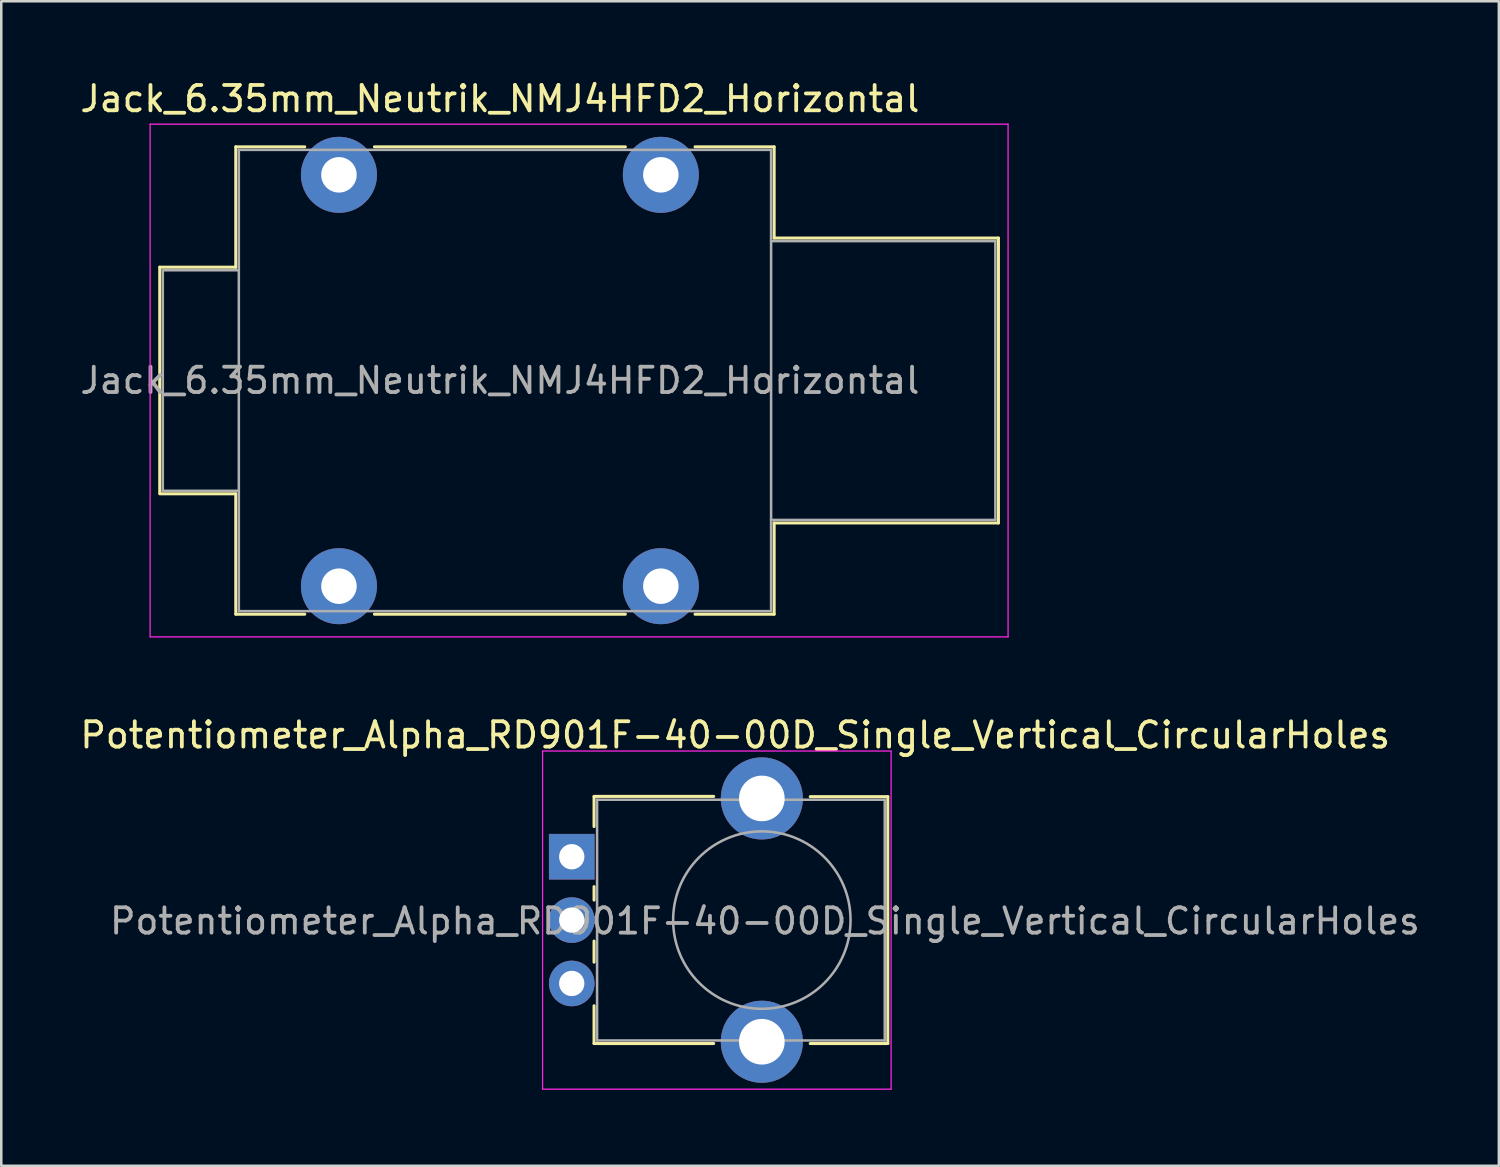
<source format=kicad_pcb>
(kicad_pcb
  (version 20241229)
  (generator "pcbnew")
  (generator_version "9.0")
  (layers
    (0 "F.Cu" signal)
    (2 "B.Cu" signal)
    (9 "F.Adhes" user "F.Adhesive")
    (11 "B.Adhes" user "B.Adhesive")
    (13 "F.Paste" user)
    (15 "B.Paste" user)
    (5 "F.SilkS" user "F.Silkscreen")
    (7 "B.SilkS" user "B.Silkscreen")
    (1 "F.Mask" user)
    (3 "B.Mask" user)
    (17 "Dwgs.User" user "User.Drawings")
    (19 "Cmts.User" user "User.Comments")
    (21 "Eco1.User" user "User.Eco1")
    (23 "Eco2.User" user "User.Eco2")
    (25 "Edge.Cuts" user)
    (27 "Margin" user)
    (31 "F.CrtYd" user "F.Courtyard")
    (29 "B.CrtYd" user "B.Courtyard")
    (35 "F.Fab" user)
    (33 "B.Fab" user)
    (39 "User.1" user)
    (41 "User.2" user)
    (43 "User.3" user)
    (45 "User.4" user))
  (footprint "Potentiometer_Alpha_RD901F-40-00D_Single_Vertical_CircularHoles"
    (layer "F.Cu")
    (at 19.508 30.752)
    (property "Reference" "Potentiometer_Alpha_RD901F-40-00D_Single_Vertical_CircularHoles" (at 6.45 -4.8 180) (layer "F.SilkS") (effects (font (size 1 1) (thickness 0.15))))
    (attr through_hole)
    (fp_line (start 0.88 -2.38) (end 5.6 -2.38) (stroke (width 0.12) (type solid)) (layer "F.SilkS"))
    (fp_line (start 0.88 -1.19) (end 0.88 -2.37) (stroke (width 0.12) (type solid)) (layer "F.SilkS"))
    (fp_line (start 0.88 1.71) (end 0.88 1.18) (stroke (width 0.12) (type solid)) (layer "F.SilkS"))
    (fp_line (start 0.88 4.16) (end 0.88 3.33) (stroke (width 0.12) (type solid)) (layer "F.SilkS"))
    (fp_line (start 0.88 7.37) (end 0.88 5.88) (stroke (width 0.12) (type solid)) (layer "F.SilkS"))
    (fp_line (start 0.88 7.37) (end 5.6 7.37) (stroke (width 0.12) (type solid)) (layer "F.SilkS"))
    (fp_line (start 9.41 -2.37) (end 12.47 -2.37) (stroke (width 0.12) (type solid)) (layer "F.SilkS"))
    (fp_line (start 9.41 7.37) (end 12.47 7.37) (stroke (width 0.12) (type solid)) (layer "F.SilkS"))
    (fp_line (start 12.47 7.37) (end 12.47 -2.37) (stroke (width 0.12) (type solid)) (layer "F.SilkS"))
    (fp_line (start -1.15 -4.17) (end -1.15 9.17) (stroke (width 0.05) (type solid)) (layer "F.CrtYd"))
    (fp_line (start -1.15 9.17) (end 12.6 9.17) (stroke (width 0.05) (type solid)) (layer "F.CrtYd"))
    (fp_line (start 12.6 -4.17) (end -1.15 -4.17) (stroke (width 0.05) (type solid)) (layer "F.CrtYd"))
    (fp_line (start 12.6 9.17) (end 12.6 -4.17) (stroke (width 0.05) (type solid)) (layer "F.CrtYd"))
    (fp_line (start 1 -2.25) (end 12.35 -2.25) (stroke (width 0.1) (type solid)) (layer "F.Fab"))
    (fp_line (start 1 7.25) (end 1 -2.25) (stroke (width 0.1) (type solid)) (layer "F.Fab"))
    (fp_line (start 1 7.25) (end 12.35 7.25) (stroke (width 0.1) (type solid)) (layer "F.Fab"))
    (fp_line (start 12.35 7.25) (end 12.35 -2.25) (stroke (width 0.1) (type solid)) (layer "F.Fab"))
    (fp_circle (center 7.5 2.5) (end 7.5 -1) (stroke (width 0.1) (type solid)) (fill no) (layer "F.Fab"))
    (fp_text user "${REFERENCE}" (at 7.62 2.54 180) (layer "F.Fab") (effects (font (size 1 1) (thickness 0.15))))
    (pad "" thru_hole circle (at 7.5 -2.3 90) (size 3.24 3.24) (drill 1.8) (layers "*.Cu" "*.Mask"))
    (pad "" thru_hole circle (at 7.5 7.3 90) (size 3.24 3.24) (drill 1.8) (layers "*.Cu" "*.Mask"))
    (pad "1" thru_hole rect (at 0 0 90) (size 1.8 1.8) (drill 1) (layers "*.Cu" "*.Mask"))
    (pad "2" thru_hole circle (at 0 2.5 90) (size 1.8 1.8) (drill 1) (layers "*.Cu" "*.Mask"))
    (pad "3" thru_hole circle (at 0 5 90) (size 1.8 1.8) (drill 1) (layers "*.Cu" "*.Mask")))
  (footprint "Jack_6.35mm_Neutrik_NMJ4HFD2_Horizontal"
    (layer "F.Cu")
    (at 10.323 3.848)
    (property "Reference" "Jack_6.35mm_Neutrik_NMJ4HFD2_Horizontal" (at 6.35 -3 0) (layer "F.SilkS") (effects (font (size 1 1) (thickness 0.15))))
    (attr through_hole)
    (fp_line (start -7.07 3.645) (end -4.07 3.645) (stroke (width 0.12) (type solid)) (layer "F.SilkS"))
    (fp_line (start -7.07 12.545) (end -7.07 3.645) (stroke (width 0.12) (type solid)) (layer "F.SilkS"))
    (fp_line (start -7.07 12.585) (end -4.07 12.585) (stroke (width 0.12) (type solid)) (layer "F.SilkS"))
    (fp_line (start -4.07 -1.105) (end -1.35 -1.105) (stroke (width 0.12) (type solid)) (layer "F.SilkS"))
    (fp_line (start -4.07 3.645) (end -4.07 -1.105) (stroke (width 0.12) (type solid)) (layer "F.SilkS"))
    (fp_line (start -4.07 17.335) (end -4.07 12.585) (stroke (width 0.12) (type solid)) (layer "F.SilkS"))
    (fp_line (start -1.35 17.335) (end -4.07 17.335) (stroke (width 0.12) (type solid)) (layer "F.SilkS"))
    (fp_line (start 1.4 -1.105) (end 11.3 -1.105) (stroke (width 0.12) (type solid)) (layer "F.SilkS"))
    (fp_line (start 11.3 17.335) (end 1.4 17.335) (stroke (width 0.12) (type solid)) (layer "F.SilkS"))
    (fp_line (start 17.17 -1.105) (end 14.05 -1.105) (stroke (width 0.12) (type solid)) (layer "F.SilkS"))
    (fp_line (start 17.17 2.495) (end 17.17 -1.105) (stroke (width 0.12) (type solid)) (layer "F.SilkS"))
    (fp_line (start 17.17 2.495) (end 26.02 2.495) (stroke (width 0.12) (type solid)) (layer "F.SilkS"))
    (fp_line (start 17.17 13.735) (end 26.02 13.735) (stroke (width 0.12) (type solid)) (layer "F.SilkS"))
    (fp_line (start 17.17 17.335) (end 14.05 17.335) (stroke (width 0.12) (type solid)) (layer "F.SilkS"))
    (fp_line (start 17.17 17.335) (end 17.17 13.735) (stroke (width 0.12) (type solid)) (layer "F.SilkS"))
    (fp_line (start 26.02 13.735) (end 26.02 2.495) (stroke (width 0.12) (type solid)) (layer "F.SilkS"))
    (fp_line (start -7.45 18.23) (end -7.45 -2) (stroke (width 0.05) (type solid)) (layer "F.CrtYd"))
    (fp_line (start -7.45 18.23) (end 26.4 18.23) (stroke (width 0.05) (type solid)) (layer "F.CrtYd"))
    (fp_line (start 26.4 -2) (end -7.45 -2) (stroke (width 0.05) (type solid)) (layer "F.CrtYd"))
    (fp_line (start 26.4 18.23) (end 26.4 -2) (stroke (width 0.05) (type solid)) (layer "F.CrtYd"))
    (fp_line (start -6.95 3.765) (end -3.95 3.765) (stroke (width 0.1) (type solid)) (layer "F.Fab"))
    (fp_line (start -6.95 12.465) (end -6.95 3.765) (stroke (width 0.1) (type solid)) (layer "F.Fab"))
    (fp_line (start -6.95 12.465) (end -3.95 12.465) (stroke (width 0.1) (type solid)) (layer "F.Fab"))
    (fp_line (start -3.95 17.215) (end -3.95 -0.985) (stroke (width 0.1) (type solid)) (layer "F.Fab"))
    (fp_line (start 17.05 -0.985) (end -3.95 -0.985) (stroke (width 0.1) (type solid)) (layer "F.Fab"))
    (fp_line (start 17.05 17.215) (end -3.95 17.215) (stroke (width 0.1) (type solid)) (layer "F.Fab"))
    (fp_line (start 17.05 17.215) (end 17.05 -0.985) (stroke (width 0.1) (type solid)) (layer "F.Fab"))
    (fp_line (start 25.9 2.615) (end 17.05 2.615) (stroke (width 0.1) (type solid)) (layer "F.Fab"))
    (fp_line (start 25.9 13.615) (end 17.05 13.615) (stroke (width 0.1) (type solid)) (layer "F.Fab"))
    (fp_line (start 25.9 13.615) (end 25.9 2.615) (stroke (width 0.1) (type solid)) (layer "F.Fab"))
    (fp_text user "${REFERENCE}" (at 6.35 8.115 0) (layer "F.Fab") (effects (font (size 1 1) (thickness 0.15))))
    (pad "S" thru_hole circle (at 12.7 0) (size 3 3) (drill 1.4) (layers "*.Cu" "*.Mask"))
    (pad "SN" thru_hole circle (at 12.7 16.23) (size 3 3) (drill 1.4) (layers "*.Cu" "*.Mask"))
    (pad "T" thru_hole circle (at 0 0) (size 3 3) (drill 1.4) (layers "*.Cu" "*.Mask"))
    (pad "TN" thru_hole circle (at 0 16.23) (size 3 3) (drill 1.4) (layers "*.Cu" "*.Mask")))
  (gr_rect
    (start -3 -3)
    (end 56.087 42.947)
    (stroke (width 0.1) (type default))
    (fill no)
    (layer "Edge.Cuts")))
</source>
